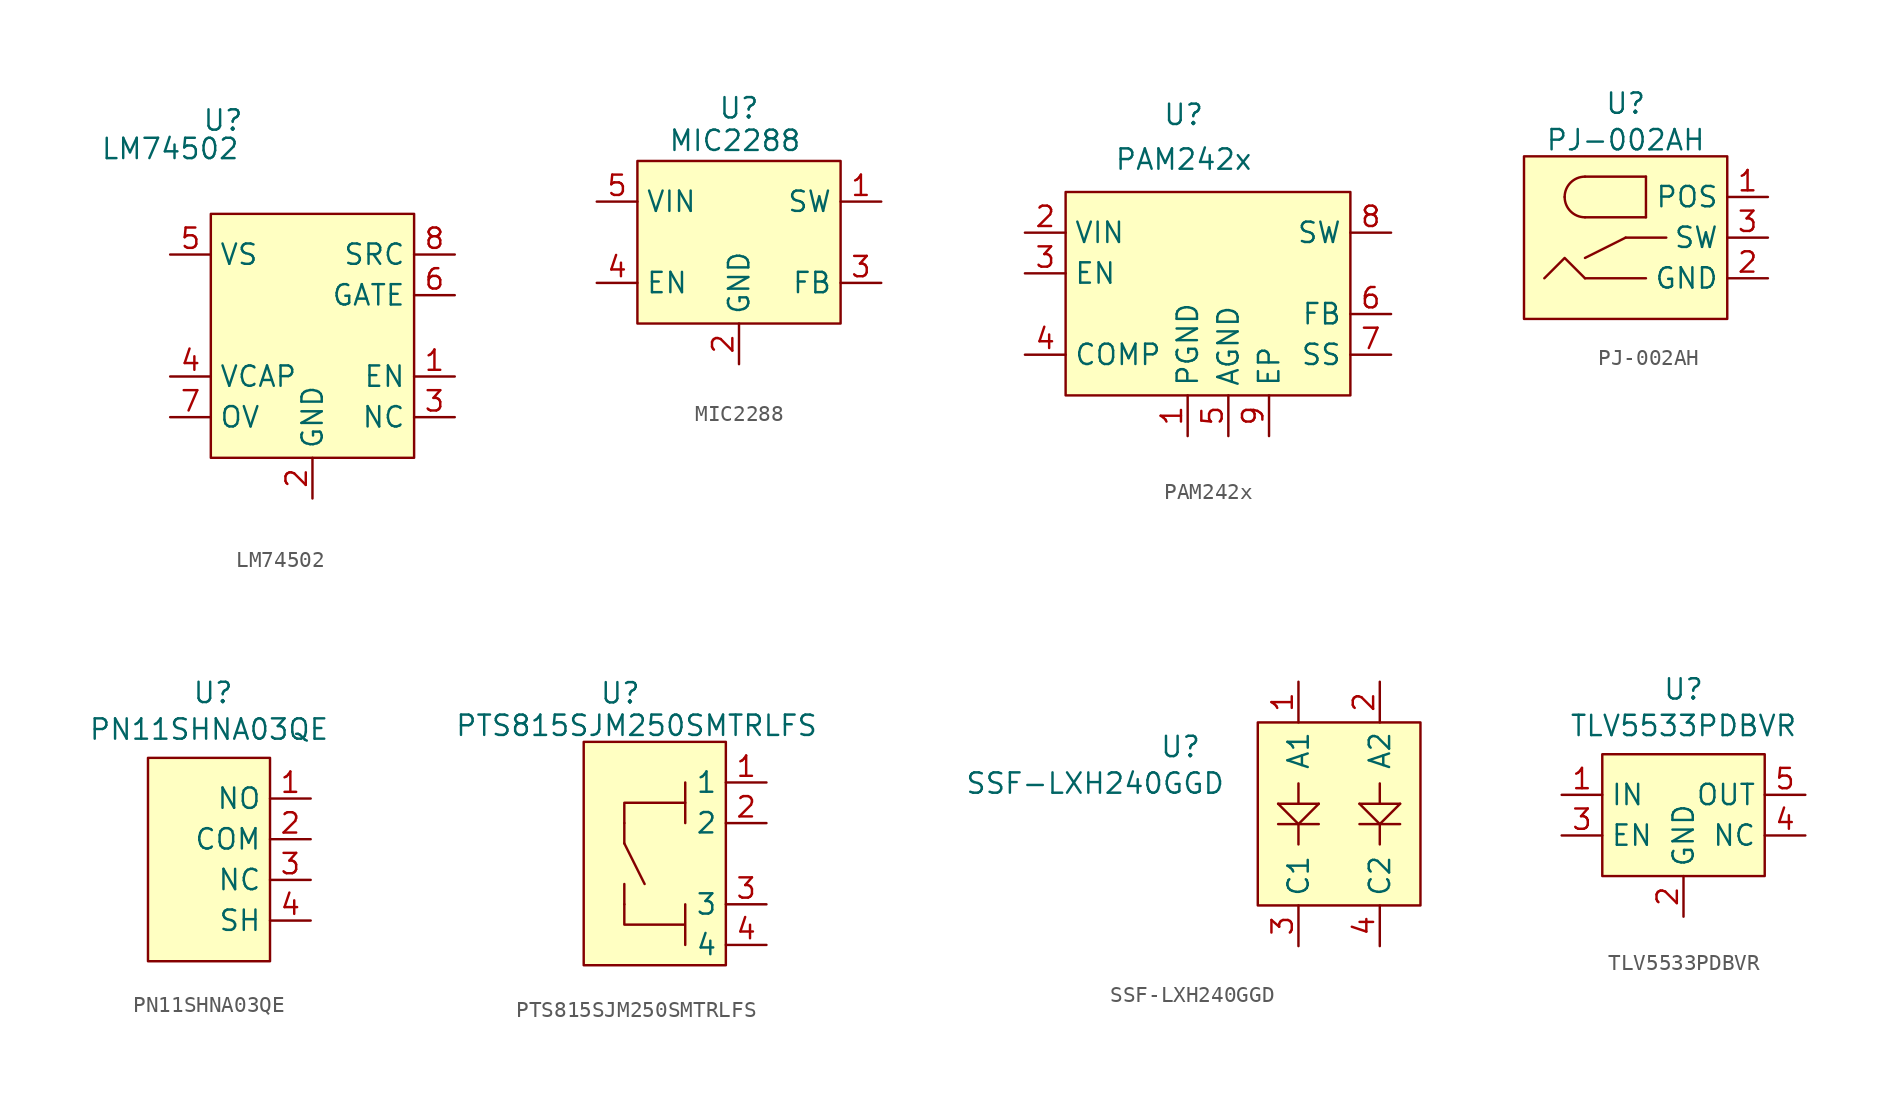
<source format=kicad_sym>
(kicad_symbol_lib
  (version 20231120)
  (generator "kicad_symbol_editor")
  (generator_version "8.0")
  (symbol "LM74502"
    (property "Reference" "U"
      (at 21.082 3.302 0)
      (effects (font (size 1.27 1.27))))
    (property "Value" "LM74502"
      (at 17.78 1.524 0)
      (effects (font (size 1.27 1.27))))
    (symbol "LM74502_0_0"
      (pin unspecified line (at 26.67 -20.32 90) (length 2.54) (name "GND" (effects (font (size 1.27 1.27)))) (number "2" (effects (font (size 1.27 1.27)))))
      (pin unspecified line (at 35.56 -15.24 180) (length 2.54) (name "NC" (effects (font (size 1.27 1.27)))) (number "3" (effects (font (size 1.27 1.27)))))
      (pin unspecified line (at 17.78 -12.7 0) (length 2.54) (name "VCAP" (effects (font (size 1.27 1.27)))) (number "4" (effects (font (size 1.27 1.27)))))
      (pin unspecified line (at 17.78 -5.08 0) (length 2.54) (name "VS" (effects (font (size 1.27 1.27)))) (number "5" (effects (font (size 1.27 1.27)))))
      (pin unspecified line (at 35.56 -7.62 180) (length 2.54) (name "GATE" (effects (font (size 1.27 1.27)))) (number "6" (effects (font (size 1.27 1.27)))))
      (pin unspecified line (at 17.78 -15.24 0) (length 2.54) (name "OV" (effects (font (size 1.27 1.27)))) (number "7" (effects (font (size 1.27 1.27)))))
      (pin unspecified line (at 35.56 -5.08 180) (length 2.54) (name "SRC" (effects (font (size 1.27 1.27)))) (number "8" (effects (font (size 1.27 1.27))))))
    (symbol "LM74502_1_0"
      (pin unspecified line (at 35.56 -12.7 180) (length 2.54) (name "EN" (effects (font (size 1.27 1.27)))) (number "1" (effects (font (size 1.27 1.27))))))
    (symbol "LM74502_1_1"
      (rectangle (start 20.32 -2.54) (end 33.02 -17.78) (stroke (width 0) (type default)) (fill (type background)))))
  (symbol "MIC2288"
    (property "Reference" "U"
      (at 0 -0.508 0)
      (effects (font (size 1.27 1.27))))
    (property "Value" "MIC2288"
      (at -0.254 -2.54 0)
      (effects (font (size 1.27 1.27))))
    (symbol "MIC2288_0_0"
      (pin unspecified line (at 8.89 -6.35 180) (length 2.54) (name "SW" (effects (font (size 1.27 1.27)))) (number "1" (effects (font (size 1.27 1.27)))))
      (pin unspecified line (at 0 -16.51 90) (length 2.54) (name "GND" (effects (font (size 1.27 1.27)))) (number "2" (effects (font (size 1.27 1.27)))))
      (pin unspecified line (at 8.89 -11.43 180) (length 2.54) (name "FB" (effects (font (size 1.27 1.27)))) (number "3" (effects (font (size 1.27 1.27)))))
      (pin unspecified line (at -8.89 -11.43 0) (length 2.54) (name "EN" (effects (font (size 1.27 1.27)))) (number "4" (effects (font (size 1.27 1.27)))))
      (pin unspecified line (at -8.89 -6.35 0) (length 2.54) (name "VIN" (effects (font (size 1.27 1.27)))) (number "5" (effects (font (size 1.27 1.27))))))
    (symbol "MIC2288_1_1"
      (rectangle (start -6.35 -3.81) (end 6.35 -13.97) (stroke (width 0) (type default)) (fill (type background)))))
  (symbol "PAM242x"
    (property "Reference" "U"
      (at 1.016 2.286 0)
      (effects (font (size 1.27 1.27))))
    (property "Value" "PAM242x"
      (at 1.016 -0.508 0)
      (effects (font (size 1.27 1.27))))
    (symbol "PAM242x_0_0"
      (pin unspecified line (at 1.27 -17.78 90) (length 2.54) (name "PGND" (effects (font (size 1.27 1.27)))) (number "1" (effects (font (size 1.27 1.27)))))
      (pin unspecified line (at -8.89 -5.08 0) (length 2.54) (name "VIN" (effects (font (size 1.27 1.27)))) (number "2" (effects (font (size 1.27 1.27)))))
      (pin unspecified line (at -8.89 -7.62 0) (length 2.54) (name "EN" (effects (font (size 1.27 1.27)))) (number "3" (effects (font (size 1.27 1.27)))))
      (pin unspecified line (at -8.89 -12.7 0) (length 2.54) (name "COMP" (effects (font (size 1.27 1.27)))) (number "4" (effects (font (size 1.27 1.27)))))
      (pin unspecified line (at 3.81 -17.78 90) (length 2.54) (name "AGND" (effects (font (size 1.27 1.27)))) (number "5" (effects (font (size 1.27 1.27)))))
      (pin unspecified line (at 13.97 -10.16 180) (length 2.54) (name "FB" (effects (font (size 1.27 1.27)))) (number "6" (effects (font (size 1.27 1.27)))))
      (pin unspecified line (at 13.97 -12.7 180) (length 2.54) (name "SS" (effects (font (size 1.27 1.27)))) (number "7" (effects (font (size 1.27 1.27)))))
      (pin unspecified line (at 13.97 -5.08 180) (length 2.54) (name "SW" (effects (font (size 1.27 1.27)))) (number "8" (effects (font (size 1.27 1.27))))))
    (symbol "PAM242x_1_0"
      (pin unspecified line (at 6.35 -17.78 90) (length 2.54) (name "EP" (effects (font (size 1.27 1.27)))) (number "9" (effects (font (size 1.27 1.27))))))
    (symbol "PAM242x_1_1"
      (rectangle (start -6.35 -2.54) (end 11.43 -15.24) (stroke (width 0) (type default)) (fill (type background)))))
  (symbol "PJ-002AH"
    (property "Reference" "U"
      (at 0 4.572 0)
      (effects (font (size 1.27 1.27))))
    (property "Value" "PJ-002AH"
      (at 0 2.286 0)
      (effects (font (size 1.27 1.27))))
    (symbol "PJ-002AH_0_0"
      (pin unspecified line (at 8.89 -1.27 180) (length 2.54) (name "POS" (effects (font (size 1.27 1.27)))) (number "1" (effects (font (size 1.27 1.27)))))
      (pin unspecified line (at 8.89 -6.35 180) (length 2.54) (name "GND" (effects (font (size 1.27 1.27)))) (number "2" (effects (font (size 1.27 1.27)))))
      (pin unspecified line (at 8.89 -3.81 180) (length 2.54) (name "SW" (effects (font (size 1.27 1.27)))) (number "3" (effects (font (size 1.27 1.27))))))
    (symbol "PJ-002AH_1_1"
      (rectangle (start -6.35 1.27) (end 6.35 -8.89) (stroke (width 0) (type default)) (fill (type background)))
      (arc (start -3.81 -1.27) (mid -3.438 -2.168) (end -2.54 -2.54) (stroke (width 0) (type default)) (fill (type none)))
      (arc (start -2.54 0) (mid -3.438 -0.372) (end -3.81 -1.27) (stroke (width 0) (type default)) (fill (type none)))
      (polyline (pts (xy -2.54 -2.54) (xy 1.27 -2.54)) (stroke (width 0) (type default)) (fill (type none)))
      (polyline (pts (xy -2.54 0) (xy 1.27 0)) (stroke (width 0) (type default)) (fill (type none)))
      (polyline (pts (xy 0 -3.81) (xy -2.54 -5.08)) (stroke (width 0) (type default)) (fill (type none)))
      (polyline (pts (xy 1.27 -6.35) (xy -2.54 -6.35)) (stroke (width 0) (type default)) (fill (type none)))
      (polyline (pts (xy 1.27 0) (xy 1.27 -2.54)) (stroke (width 0) (type default)) (fill (type none)))
      (polyline (pts (xy 2.54 -3.81) (xy 0 -3.81)) (stroke (width 0) (type default)) (fill (type none)))
      (polyline (pts (xy -2.54 -6.35) (xy -3.81 -5.08) (xy -5.08 -6.35)) (stroke (width 0) (type default)) (fill (type none)))))
  (symbol "PN11SHNA03QE"
    (property "Reference" "U"
      (at 0.254 1.524 0)
      (effects (font (size 1.27 1.27))))
    (property "Value" "PN11SHNA03QE"
      (at 0 -0.762 0)
      (effects (font (size 1.27 1.27))))
    (symbol "PN11SHNA03QE_0_0"
      (pin unspecified line (at 6.35 -7.62 180) (length 2.54) (name "COM" (effects (font (size 1.27 1.27)))) (number "2" (effects (font (size 1.27 1.27)))))
      (pin unspecified line (at 6.35 -10.16 180) (length 2.54) (name "NC" (effects (font (size 1.27 1.27)))) (number "3" (effects (font (size 1.27 1.27))))))
    (symbol "PN11SHNA03QE_1_0"
      (pin unspecified line (at 6.35 -5.08 180) (length 2.54) (name "NO" (effects (font (size 1.27 1.27)))) (number "1" (effects (font (size 1.27 1.27)))))
      (pin unspecified line (at 6.35 -12.7 180) (length 2.54) (name "SH" (effects (font (size 1.27 1.27)))) (number "4" (effects (font (size 1.27 1.27))))))
    (symbol "PN11SHNA03QE_1_1"
      (rectangle (start -3.81 -2.54) (end 3.81 -15.24) (stroke (width 0) (type default)) (fill (type background)))))
  (symbol "PTS815SJM250SMTRLFS"
    (property "Reference" "U"
      (at -0.254 8.128 0)
      (effects (font (size 1.27 1.27))))
    (property "Value" "PTS815SJM250SMTRLFS"
      (at 0.762 6.096 0)
      (effects (font (size 1.27 1.27))))
    (symbol "PTS815SJM250SMTRLFS_0_1"
      (polyline (pts (xy 3.81 2.54) (xy 3.81 0)) (stroke (width 0) (type default)) (fill (type none)))
      (polyline (pts (xy 0 0) (xy 0 1.27) (xy 3.81 1.27)) (stroke (width 0) (type default)) (fill (type none)))
      (polyline (pts (xy 0 -5.08) (xy 0 -6.35) (xy 3.81 -6.35) (xy 3.81 -5.08) (xy 3.81 -6.35) (xy 3.81 -7.62)) (stroke (width 0) (type default)) (fill (type none))))
    (symbol "PTS815SJM250SMTRLFS_1_1"
      (rectangle (start -2.54 5.08) (end 6.35 -8.89) (stroke (width 0) (type default)) (fill (type background)))
      (polyline (pts (xy 0 -5.08) (xy 0 -3.81)) (stroke (width 0) (type default)) (fill (type none)))
      (polyline (pts (xy 0 -1.27) (xy 1.27 -3.81)) (stroke (width 0) (type default)) (fill (type none)))
      (polyline (pts (xy 0 0) (xy 0 -1.27)) (stroke (width 0) (type default)) (fill (type none)))
      (pin input line (at 8.89 2.54 180) (length 2.54) (name "1" (effects (font (size 1.27 1.27)))) (number "1" (effects (font (size 1.27 1.27)))))
      (pin input line (at 8.89 0 180) (length 2.54) (name "2" (effects (font (size 1.27 1.27)))) (number "2" (effects (font (size 1.27 1.27)))))
      (pin input line (at 8.89 -5.08 180) (length 2.54) (name "3" (effects (font (size 1.27 1.27)))) (number "3" (effects (font (size 1.27 1.27)))))
      (pin input line (at 8.89 -7.62 180) (length 2.54) (name "4" (effects (font (size 1.27 1.27)))) (number "4" (effects (font (size 1.27 1.27)))))))
  (symbol "SSF-LXH240GGD"
    (property "Reference" "U"
      (at -9.906 2.286 0)
      (effects (font (size 1.27 1.27))))
    (property "Value" "SSF-LXH240GGD"
      (at -15.24 0 0)
      (effects (font (size 1.27 1.27))))
    (symbol "SSF-LXH240GGD_0_0"
      (pin unspecified line (at -2.54 6.35 270) (length 2.54) (name "A1" (effects (font (size 1.27 1.27)))) (number "1" (effects (font (size 1.27 1.27)))))
      (pin unspecified line (at 2.54 6.35 270) (length 2.54) (name "A2" (effects (font (size 1.27 1.27)))) (number "2" (effects (font (size 1.27 1.27)))))
      (pin unspecified line (at -2.54 -10.16 90) (length 2.54) (name "C1" (effects (font (size 1.27 1.27)))) (number "3" (effects (font (size 1.27 1.27)))))
      (pin unspecified line (at 2.54 -10.16 90) (length 2.54) (name "C2" (effects (font (size 1.27 1.27)))) (number "4" (effects (font (size 1.27 1.27))))))
    (symbol "SSF-LXH240GGD_1_1"
      (rectangle (start -5.08 3.81) (end 5.08 -7.62) (stroke (width 0) (type default)) (fill (type background)))
      (polyline (pts (xy -3.81 -2.54) (xy -1.27 -2.54)) (stroke (width 0) (type default)) (fill (type none)))
      (polyline (pts (xy -3.81 -1.27) (xy -2.54 -2.54)) (stroke (width 0) (type default)) (fill (type none)))
      (polyline (pts (xy -3.81 -1.27) (xy -1.27 -1.27)) (stroke (width 0) (type default)) (fill (type none)))
      (polyline (pts (xy -2.54 -2.54) (xy -2.54 -3.81)) (stroke (width 0) (type default)) (fill (type none)))
      (polyline (pts (xy -2.54 -2.54) (xy -1.27 -1.27)) (stroke (width 0) (type default)) (fill (type none)))
      (polyline (pts (xy -2.54 0) (xy -2.54 -1.27)) (stroke (width 0) (type default)) (fill (type none)))
      (polyline (pts (xy 1.27 -2.54) (xy 3.81 -2.54)) (stroke (width 0) (type default)) (fill (type none)))
      (polyline (pts (xy 1.27 -1.27) (xy 2.54 -2.54)) (stroke (width 0) (type default)) (fill (type none)))
      (polyline (pts (xy 1.27 -1.27) (xy 3.81 -1.27)) (stroke (width 0) (type default)) (fill (type none)))
      (polyline (pts (xy 2.54 -2.54) (xy 2.54 -3.81)) (stroke (width 0) (type default)) (fill (type none)))
      (polyline (pts (xy 2.54 -2.54) (xy 3.81 -1.27)) (stroke (width 0) (type default)) (fill (type none)))
      (polyline (pts (xy 2.54 0) (xy 2.54 -1.27)) (stroke (width 0) (type default)) (fill (type none)))))
  (symbol "TLV5533PDBVR"
    (property "Reference" "U"
      (at 0 6.604 0)
      (effects (font (size 1.27 1.27))))
    (property "Value" "TLV5533PDBVR"
      (at 0 4.318 0)
      (effects (font (size 1.27 1.27))))
    (symbol "TLV5533PDBVR_0_0"
      (pin unspecified line (at -7.62 0 0) (length 2.54) (name "IN" (effects (font (size 1.27 1.27)))) (number "1" (effects (font (size 1.27 1.27)))))
      (pin unspecified line (at 0 -7.62 90) (length 2.54) (name "GND" (effects (font (size 1.27 1.27)))) (number "2" (effects (font (size 1.27 1.27)))))
      (pin unspecified line (at -7.62 -2.54 0) (length 2.54) (name "EN" (effects (font (size 1.27 1.27)))) (number "3" (effects (font (size 1.27 1.27)))))
      (pin unspecified line (at 7.62 -2.54 180) (length 2.54) (name "NC" (effects (font (size 1.27 1.27)))) (number "4" (effects (font (size 1.27 1.27)))))
      (pin unspecified line (at 7.62 0 180) (length 2.54) (name "OUT" (effects (font (size 1.27 1.27)))) (number "5" (effects (font (size 1.27 1.27))))))
    (symbol "TLV5533PDBVR_1_1"
      (rectangle (start -5.08 2.54) (end 5.08 -5.08) (stroke (width 0) (type default)) (fill (type background))))))
</source>
